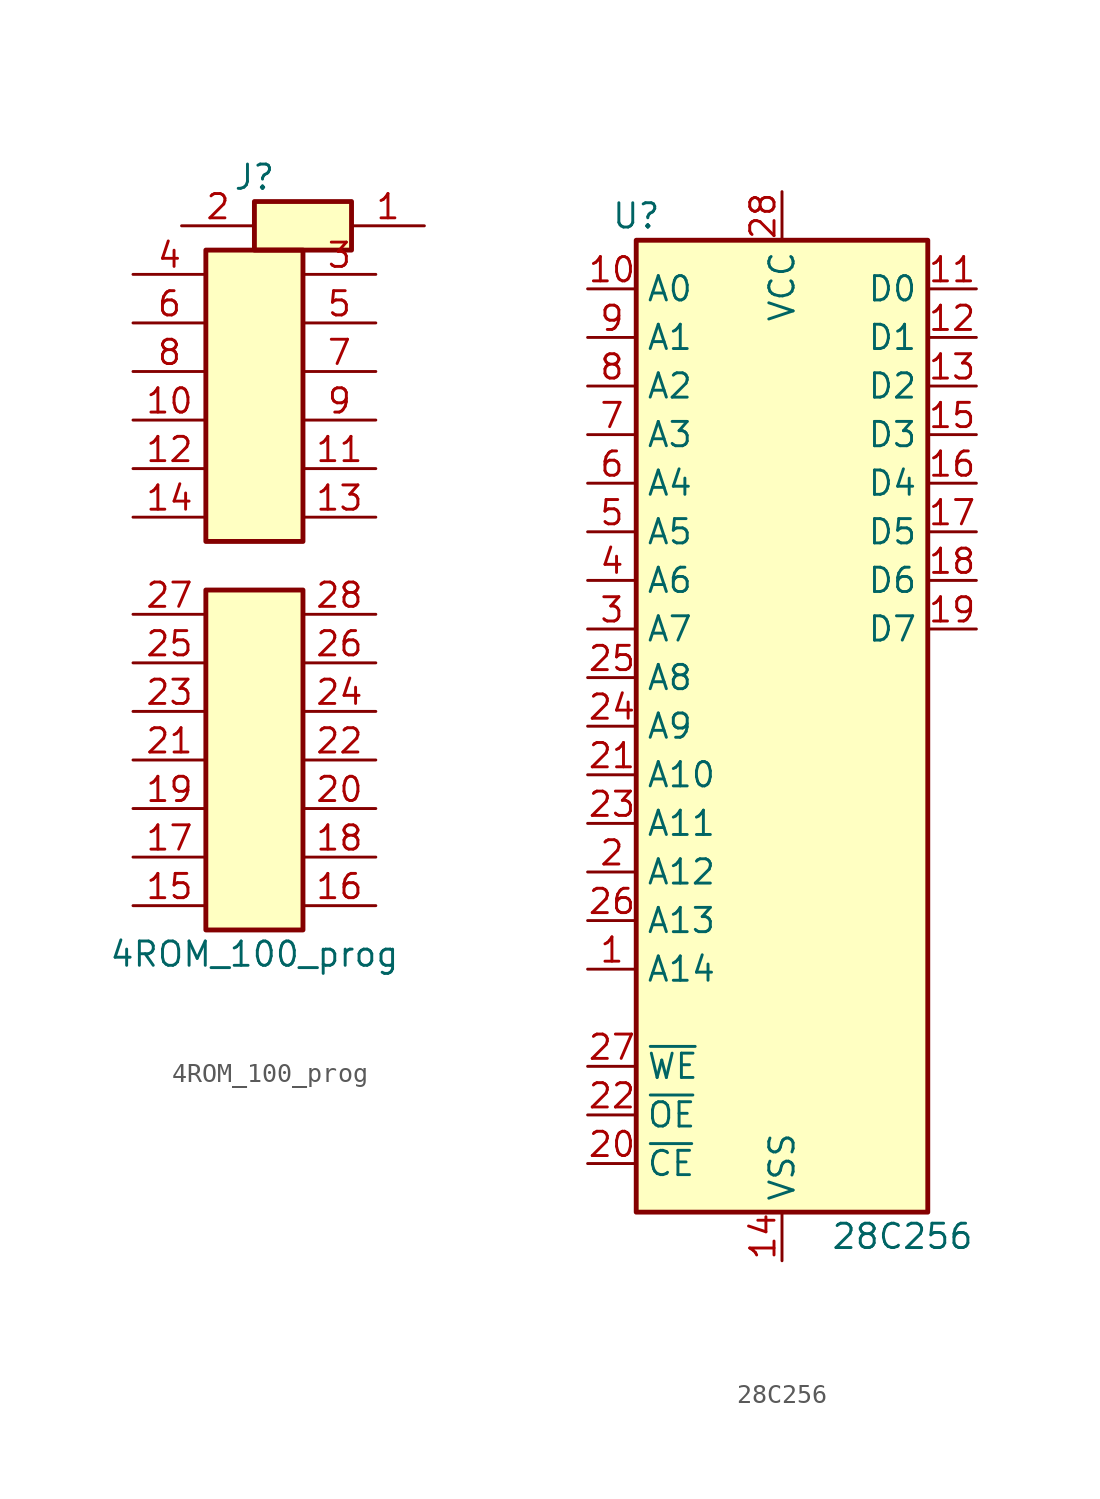
<source format=kicad_sym>
(kicad_symbol_lib
  (version 20211014)
  (generator kicad_symbol_editor)
  (symbol "4ROM_100_prog"
    (pin_names
      (offset 1.016) hide)
    (property "Reference" "J"
      (at 0 20.32 0)
      (effects (font (size 1.27 1.27))))
    (property "Value" "4ROM_100_prog"
      (at 0 -20.32 0)
      (effects (font (size 1.27 1.27))))
    (symbol "4ROM_100_prog_1_1"
      (rectangle (start -2.54 -1.27) (end 2.54 -19.05) (stroke (width 0.254) (type default) (color 0 0 0 0)) (fill (type background)))
      (rectangle (start -2.54 16.51) (end 2.54 1.27) (stroke (width 0.254) (type default) (color 0 0 0 0)) (fill (type background)))
      (rectangle (start 0 19.05) (end 5.08 16.51) (stroke (width 0.254) (type default) (color 0 0 0 0)) (fill (type background)))
      (pin passive line (at 8.89 17.78 180) (length 3.81) (name "A11" (effects (font (size 1.27 1.27)))) (number "1" (effects (font (size 1.27 1.27)))))
      (pin passive line (at -6.35 7.62 0) (length 3.81) (name "A6" (effects (font (size 1.27 1.27)))) (number "10" (effects (font (size 1.27 1.27)))))
      (pin passive line (at 6.35 5.08 180) (length 3.81) (name "A5" (effects (font (size 1.27 1.27)))) (number "11" (effects (font (size 1.27 1.27)))))
      (pin passive line (at -6.35 5.08 0) (length 3.81) (name "A4" (effects (font (size 1.27 1.27)))) (number "12" (effects (font (size 1.27 1.27)))))
      (pin passive line (at 6.35 2.54 180) (length 3.81) (name "A3" (effects (font (size 1.27 1.27)))) (number "13" (effects (font (size 1.27 1.27)))))
      (pin passive line (at -6.35 2.54 0) (length 3.81) (name "A2" (effects (font (size 1.27 1.27)))) (number "14" (effects (font (size 1.27 1.27)))))
      (pin passive line (at -6.35 -17.78 0) (length 3.81) (name "A1" (effects (font (size 1.27 1.27)))) (number "15" (effects (font (size 1.27 1.27)))))
      (pin passive line (at 6.35 -17.78 180) (length 3.81) (name "A0" (effects (font (size 1.27 1.27)))) (number "16" (effects (font (size 1.27 1.27)))))
      (pin passive line (at -6.35 -15.24 0) (length 3.81) (name "D0" (effects (font (size 1.27 1.27)))) (number "17" (effects (font (size 1.27 1.27)))))
      (pin passive line (at 6.35 -15.24 180) (length 3.81) (name "D1" (effects (font (size 1.27 1.27)))) (number "18" (effects (font (size 1.27 1.27)))))
      (pin passive line (at -6.35 -12.7 0) (length 3.81) (name "D2" (effects (font (size 1.27 1.27)))) (number "19" (effects (font (size 1.27 1.27)))))
      (pin passive line (at -3.81 17.78 0) (length 3.81) (name "A9" (effects (font (size 1.27 1.27)))) (number "2" (effects (font (size 1.27 1.27)))))
      (pin passive line (at 6.35 -12.7 180) (length 3.81) (name "GND" (effects (font (size 1.27 1.27)))) (number "20" (effects (font (size 1.27 1.27)))))
      (pin passive line (at -6.35 -10.16 0) (length 3.81) (name "D3" (effects (font (size 1.27 1.27)))) (number "21" (effects (font (size 1.27 1.27)))))
      (pin passive line (at 6.35 -10.16 180) (length 3.81) (name "D4" (effects (font (size 1.27 1.27)))) (number "22" (effects (font (size 1.27 1.27)))))
      (pin passive line (at -6.35 -7.62 0) (length 3.81) (name "D5" (effects (font (size 1.27 1.27)))) (number "23" (effects (font (size 1.27 1.27)))))
      (pin passive line (at 6.35 -7.62 180) (length 3.81) (name "D6" (effects (font (size 1.27 1.27)))) (number "24" (effects (font (size 1.27 1.27)))))
      (pin passive line (at -6.35 -5.08 0) (length 3.81) (name "D7" (effects (font (size 1.27 1.27)))) (number "25" (effects (font (size 1.27 1.27)))))
      (pin passive line (at 6.35 -5.08 180) (length 3.81) (name "~{CE}" (effects (font (size 1.27 1.27)))) (number "26" (effects (font (size 1.27 1.27)))))
      (pin passive line (at -6.35 -2.54 0) (length 3.81) (name "A10" (effects (font (size 1.27 1.27)))) (number "27" (effects (font (size 1.27 1.27)))))
      (pin passive line (at 6.35 -2.54 180) (length 3.81) (name "~{OE}" (effects (font (size 1.27 1.27)))) (number "28" (effects (font (size 1.27 1.27)))))
      (pin passive line (at 6.35 15.24 180) (length 3.81) (name "A8" (effects (font (size 1.27 1.27)))) (number "3" (effects (font (size 1.27 1.27)))))
      (pin passive line (at -6.35 15.24 0) (length 3.81) (name "A13" (effects (font (size 1.27 1.27)))) (number "4" (effects (font (size 1.27 1.27)))))
      (pin passive line (at 6.35 12.7 180) (length 3.81) (name "A14" (effects (font (size 1.27 1.27)))) (number "5" (effects (font (size 1.27 1.27)))))
      (pin passive line (at -6.35 12.7 0) (length 3.81) (name "~{WE}" (effects (font (size 1.27 1.27)))) (number "6" (effects (font (size 1.27 1.27)))))
      (pin passive line (at 6.35 10.16 180) (length 3.81) (name "VCC" (effects (font (size 1.27 1.27)))) (number "7" (effects (font (size 1.27 1.27)))))
      (pin passive line (at -6.35 10.16 0) (length 3.81) (name "A12" (effects (font (size 1.27 1.27)))) (number "8" (effects (font (size 1.27 1.27)))))
      (pin passive line (at 6.35 7.62 180) (length 3.81) (name "A7" (effects (font (size 1.27 1.27)))) (number "9" (effects (font (size 1.27 1.27)))))))
  (symbol "28C256"
    (property "Reference" "U"
      (at -7.62 26.67 0)
      (effects (font (size 1.27 1.27))))
    (property "Value" "28C256"
      (at 2.54 -26.67 0)
      (effects (font (size 1.27 1.27)) (justify left)))
    (symbol "28C256_1_1"
      (rectangle (start -7.62 25.4) (end 7.62 -25.4) (stroke (width 0.254) (type default) (color 0 0 0 0)) (fill (type background)))
      (pin input line (at -10.16 -12.7 0) (length 2.54) (name "A14" (effects (font (size 1.27 1.27)))) (number "1" (effects (font (size 1.27 1.27)))))
      (pin input line (at -10.16 22.86 0) (length 2.54) (name "A0" (effects (font (size 1.27 1.27)))) (number "10" (effects (font (size 1.27 1.27)))))
      (pin tri_state line (at 10.16 22.86 180) (length 2.54) (name "D0" (effects (font (size 1.27 1.27)))) (number "11" (effects (font (size 1.27 1.27)))))
      (pin tri_state line (at 10.16 20.32 180) (length 2.54) (name "D1" (effects (font (size 1.27 1.27)))) (number "12" (effects (font (size 1.27 1.27)))))
      (pin tri_state line (at 10.16 17.78 180) (length 2.54) (name "D2" (effects (font (size 1.27 1.27)))) (number "13" (effects (font (size 1.27 1.27)))))
      (pin power_in line (at 0 -27.94 90) (length 2.54) (name "VSS" (effects (font (size 1.27 1.27)))) (number "14" (effects (font (size 1.27 1.27)))))
      (pin tri_state line (at 10.16 15.24 180) (length 2.54) (name "D3" (effects (font (size 1.27 1.27)))) (number "15" (effects (font (size 1.27 1.27)))))
      (pin tri_state line (at 10.16 12.7 180) (length 2.54) (name "D4" (effects (font (size 1.27 1.27)))) (number "16" (effects (font (size 1.27 1.27)))))
      (pin tri_state line (at 10.16 10.16 180) (length 2.54) (name "D5" (effects (font (size 1.27 1.27)))) (number "17" (effects (font (size 1.27 1.27)))))
      (pin tri_state line (at 10.16 7.62 180) (length 2.54) (name "D6" (effects (font (size 1.27 1.27)))) (number "18" (effects (font (size 1.27 1.27)))))
      (pin tri_state line (at 10.16 5.08 180) (length 2.54) (name "D7" (effects (font (size 1.27 1.27)))) (number "19" (effects (font (size 1.27 1.27)))))
      (pin input line (at -10.16 -7.62 0) (length 2.54) (name "A12" (effects (font (size 1.27 1.27)))) (number "2" (effects (font (size 1.27 1.27)))))
      (pin input line (at -10.16 -22.86 0) (length 2.54) (name "~{CE}" (effects (font (size 1.27 1.27)))) (number "20" (effects (font (size 1.27 1.27)))))
      (pin input line (at -10.16 -2.54 0) (length 2.54) (name "A10" (effects (font (size 1.27 1.27)))) (number "21" (effects (font (size 1.27 1.27)))))
      (pin input line (at -10.16 -20.32 0) (length 2.54) (name "~{OE}" (effects (font (size 1.27 1.27)))) (number "22" (effects (font (size 1.27 1.27)))))
      (pin input line (at -10.16 -5.08 0) (length 2.54) (name "A11" (effects (font (size 1.27 1.27)))) (number "23" (effects (font (size 1.27 1.27)))))
      (pin input line (at -10.16 0 0) (length 2.54) (name "A9" (effects (font (size 1.27 1.27)))) (number "24" (effects (font (size 1.27 1.27)))))
      (pin input line (at -10.16 2.54 0) (length 2.54) (name "A8" (effects (font (size 1.27 1.27)))) (number "25" (effects (font (size 1.27 1.27)))))
      (pin input line (at -10.16 -10.16 0) (length 2.54) (name "A13" (effects (font (size 1.27 1.27)))) (number "26" (effects (font (size 1.27 1.27)))))
      (pin input line (at -10.16 -17.78 0) (length 2.54) (name "~{WE}" (effects (font (size 1.27 1.27)))) (number "27" (effects (font (size 1.27 1.27)))))
      (pin power_in line (at 0 27.94 270) (length 2.54) (name "VCC" (effects (font (size 1.27 1.27)))) (number "28" (effects (font (size 1.27 1.27)))))
      (pin input line (at -10.16 5.08 0) (length 2.54) (name "A7" (effects (font (size 1.27 1.27)))) (number "3" (effects (font (size 1.27 1.27)))))
      (pin input line (at -10.16 7.62 0) (length 2.54) (name "A6" (effects (font (size 1.27 1.27)))) (number "4" (effects (font (size 1.27 1.27)))))
      (pin input line (at -10.16 10.16 0) (length 2.54) (name "A5" (effects (font (size 1.27 1.27)))) (number "5" (effects (font (size 1.27 1.27)))))
      (pin input line (at -10.16 12.7 0) (length 2.54) (name "A4" (effects (font (size 1.27 1.27)))) (number "6" (effects (font (size 1.27 1.27)))))
      (pin input line (at -10.16 15.24 0) (length 2.54) (name "A3" (effects (font (size 1.27 1.27)))) (number "7" (effects (font (size 1.27 1.27)))))
      (pin input line (at -10.16 17.78 0) (length 2.54) (name "A2" (effects (font (size 1.27 1.27)))) (number "8" (effects (font (size 1.27 1.27)))))
      (pin input line (at -10.16 20.32 0) (length 2.54) (name "A1" (effects (font (size 1.27 1.27)))) (number "9" (effects (font (size 1.27 1.27))))))))
</source>
